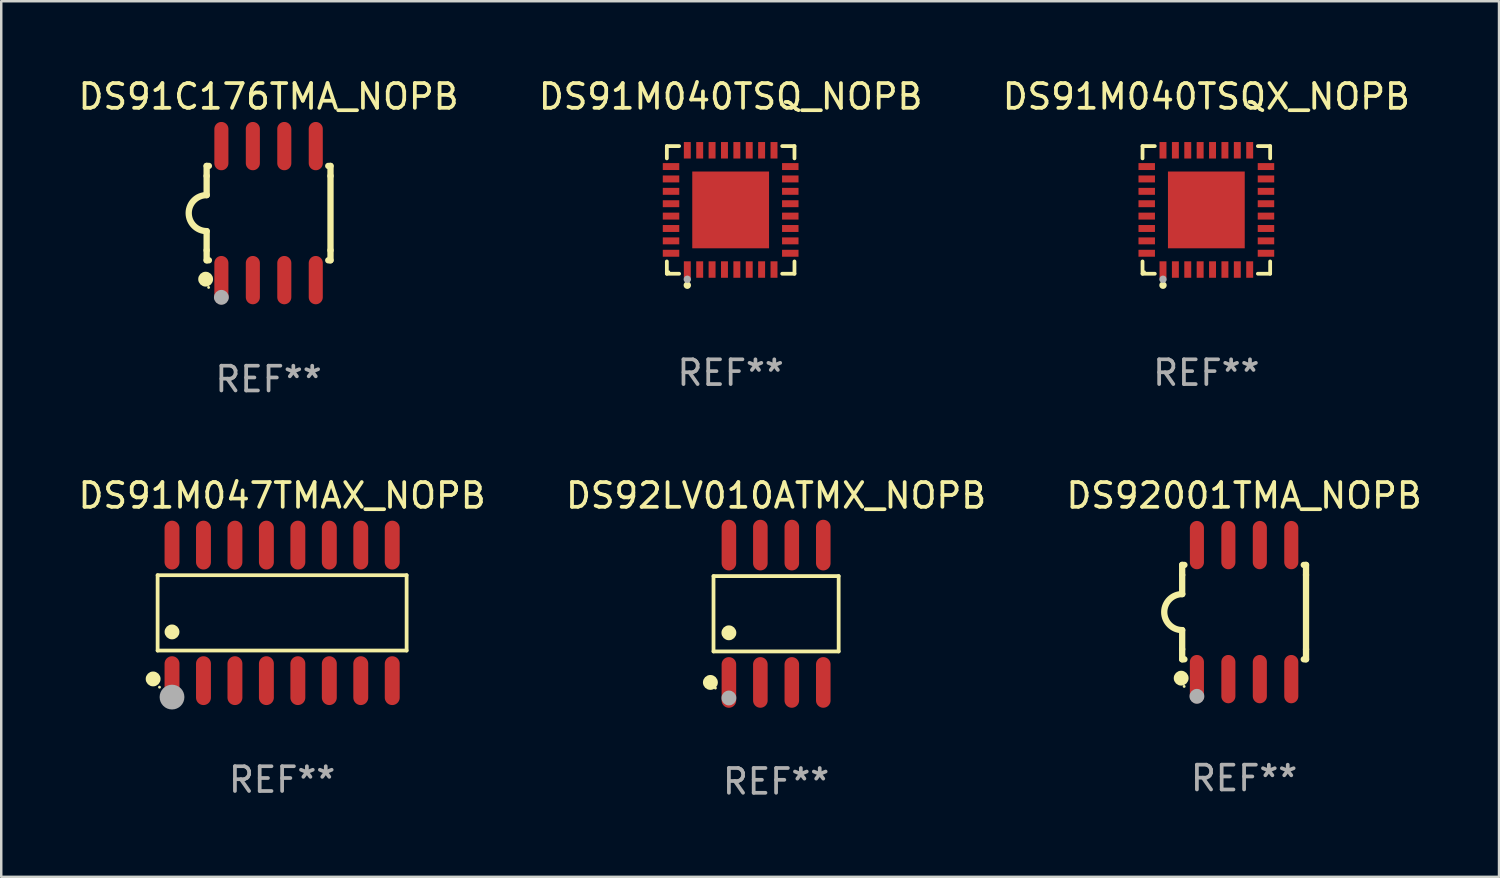
<source format=kicad_pcb>
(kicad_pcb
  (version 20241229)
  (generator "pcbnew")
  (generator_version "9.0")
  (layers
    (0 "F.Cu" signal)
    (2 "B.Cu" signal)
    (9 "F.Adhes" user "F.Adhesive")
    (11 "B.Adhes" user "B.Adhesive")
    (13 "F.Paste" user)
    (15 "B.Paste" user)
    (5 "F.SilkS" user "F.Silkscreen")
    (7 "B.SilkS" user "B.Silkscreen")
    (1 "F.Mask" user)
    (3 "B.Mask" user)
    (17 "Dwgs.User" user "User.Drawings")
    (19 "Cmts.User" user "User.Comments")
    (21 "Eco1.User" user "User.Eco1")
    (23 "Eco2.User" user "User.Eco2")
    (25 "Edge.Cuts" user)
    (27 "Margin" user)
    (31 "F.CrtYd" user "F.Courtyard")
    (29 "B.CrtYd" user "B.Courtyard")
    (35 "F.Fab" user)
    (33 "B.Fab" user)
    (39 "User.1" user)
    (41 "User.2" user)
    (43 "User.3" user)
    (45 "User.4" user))
  (footprint "DS92001TMA_NOPB"
    (layer "F.Cu")
    (at 47.173 21.66)
    (property "Reference" "DS92001TMA_NOPB" (at 0 -4.705 0) (layer "F.SilkS") (effects (font (size 1 1) (thickness 0.15))))
    (attr through_hole)
    (fp_line (start -2.5 -1.905) (end -2.409 -1.905) (stroke (width 0.254) (type solid)) (layer "F.SilkS"))
    (fp_line (start -2.5 -1.5) (end -2.5 -1.905) (stroke (width 0.254) (type solid)) (layer "F.SilkS"))
    (fp_line (start -2.5 -1.5) (end -2.5 -0.726) (stroke (width 0.254) (type solid)) (layer "F.SilkS"))
    (fp_line (start -2.5 1.5) (end -2.5 0.727) (stroke (width 0.254) (type solid)) (layer "F.SilkS"))
    (fp_line (start -2.5 1.5) (end -2.5 1.905) (stroke (width 0.254) (type solid)) (layer "F.SilkS"))
    (fp_line (start -2.5 1.905) (end -2.409 1.905) (stroke (width 0.254) (type solid)) (layer "F.SilkS"))
    (fp_line (start 2.5 -1.905) (end 2.409 -1.905) (stroke (width 0.254) (type solid)) (layer "F.SilkS"))
    (fp_line (start 2.5 -1.5) (end 2.5 -1.905) (stroke (width 0.254) (type solid)) (layer "F.SilkS"))
    (fp_line (start 2.5 -1.5) (end 2.5 1.5) (stroke (width 0.254) (type solid)) (layer "F.SilkS"))
    (fp_line (start 2.5 1.5) (end 2.5 1.905) (stroke (width 0.254) (type solid)) (layer "F.SilkS"))
    (fp_line (start 2.5 1.905) (end 2.409 1.905) (stroke (width 0.254) (type solid)) (layer "F.SilkS"))
    (fp_arc (start -2.5 0.726568) (mid -3.220316 -0.0023) (end -2.495097 -0.726289) (stroke (width 0.254001) (type solid)) (layer "F.SilkS"))
    (fp_circle (center -2.54 2.667) (end -2.39 2.667) (stroke (width 0.3) (type solid)) (fill no) (layer "F.SilkS"))
    (fp_circle (center -2.42 3) (end -2.39 3) (stroke (width 0.06) (type solid)) (fill no) (layer "F.SilkS"))
    (fp_circle (center -1.905 3.4) (end -1.755 3.4) (stroke (width 0.3) (type solid)) (fill no) (layer "F.Fab"))
    (fp_text user "REF**" (at 0 6.705 0) (layer "F.Fab") (effects (font (size 1 1) (thickness 0.15))))
    (pad "1" smd oval (at -1.905 2.705) (size 0.568 1.95) (layers "F.Cu" "F.Mask" "F.Paste"))
    (pad "2" smd oval (at -0.635 2.705) (size 0.568 1.95) (layers "F.Cu" "F.Mask" "F.Paste"))
    (pad "3" smd oval (at 0.635 2.705) (size 0.568 1.95) (layers "F.Cu" "F.Mask" "F.Paste"))
    (pad "4" smd oval (at 1.905 2.705) (size 0.568 1.95) (layers "F.Cu" "F.Mask" "F.Paste"))
    (pad "5" smd oval (at 1.905 -2.705) (size 0.568 1.95) (layers "F.Cu" "F.Mask" "F.Paste"))
    (pad "6" smd oval (at 0.635 -2.705) (size 0.568 1.95) (layers "F.Cu" "F.Mask" "F.Paste"))
    (pad "7" smd oval (at -0.635 -2.705) (size 0.568 1.95) (layers "F.Cu" "F.Mask" "F.Paste"))
    (pad "8" smd oval (at -1.905 -2.705) (size 0.568 1.95) (layers "F.Cu" "F.Mask" "F.Paste")))
  (footprint "DS91M040TSQX_NOPB"
    (layer "F.Cu")
    (at 45.649 5.424)
    (property "Reference" "DS91M040TSQX_NOPB" (at 0 -4.576 0) (layer "F.SilkS") (effects (font (size 1 1) (thickness 0.15))))
    (attr through_hole)
    (fp_line (start -2.576 -2.576) (end -2.08 -2.576) (stroke (width 0.152) (type solid)) (layer "F.SilkS"))
    (fp_line (start -2.576 -2.08) (end -2.576 -2.576) (stroke (width 0.152) (type solid)) (layer "F.SilkS"))
    (fp_line (start -2.576 2.08) (end -2.576 2.576) (stroke (width 0.152) (type solid)) (layer "F.SilkS"))
    (fp_line (start -2.576 2.576) (end -2.08 2.576) (stroke (width 0.152) (type solid)) (layer "F.SilkS"))
    (fp_line (start 2.576 -2.576) (end 2.08 -2.576) (stroke (width 0.152) (type solid)) (layer "F.SilkS"))
    (fp_line (start 2.576 -2.08) (end 2.576 -2.576) (stroke (width 0.152) (type solid)) (layer "F.SilkS"))
    (fp_line (start 2.576 2.08) (end 2.576 2.576) (stroke (width 0.152) (type solid)) (layer "F.SilkS"))
    (fp_line (start 2.576 2.576) (end 2.08 2.576) (stroke (width 0.152) (type solid)) (layer "F.SilkS"))
    (fp_circle (center -2.5 2.5) (end -2.47 2.5) (stroke (width 0.06) (type solid)) (fill no) (layer "F.SilkS"))
    (fp_circle (center -1.75 3.04) (end -1.675 3.04) (stroke (width 0.15) (type solid)) (fill no) (layer "F.SilkS"))
    (fp_circle (center -1.75 2.8) (end -1.675 2.8) (stroke (width 0.15) (type solid)) (fill no) (layer "F.Fab"))
    (fp_text user "REF**" (at 0 6.576 0) (layer "F.Fab") (effects (font (size 1 1) (thickness 0.15))))
    (pad "1" smd rect (at -1.75 2.407) (size 0.28 0.665) (layers "F.Cu" "F.Mask" "F.Paste"))
    (pad "2" smd rect (at -1.25 2.407) (size 0.28 0.665) (layers "F.Cu" "F.Mask" "F.Paste"))
    (pad "3" smd rect (at -0.75 2.407) (size 0.28 0.665) (layers "F.Cu" "F.Mask" "F.Paste"))
    (pad "4" smd rect (at -0.25 2.407) (size 0.28 0.665) (layers "F.Cu" "F.Mask" "F.Paste"))
    (pad "5" smd rect (at 0.25 2.407) (size 0.28 0.665) (layers "F.Cu" "F.Mask" "F.Paste"))
    (pad "6" smd rect (at 0.75 2.407) (size 0.28 0.665) (layers "F.Cu" "F.Mask" "F.Paste"))
    (pad "7" smd rect (at 1.25 2.407) (size 0.28 0.665) (layers "F.Cu" "F.Mask" "F.Paste"))
    (pad "8" smd rect (at 1.75 2.407) (size 0.28 0.665) (layers "F.Cu" "F.Mask" "F.Paste"))
    (pad "9" smd rect (at 2.407 1.75) (size 0.665 0.28) (layers "F.Cu" "F.Mask" "F.Paste"))
    (pad "10" smd rect (at 2.407 1.25) (size 0.665 0.28) (layers "F.Cu" "F.Mask" "F.Paste"))
    (pad "11" smd rect (at 2.407 0.75) (size 0.665 0.28) (layers "F.Cu" "F.Mask" "F.Paste"))
    (pad "12" smd rect (at 2.407 0.25) (size 0.665 0.28) (layers "F.Cu" "F.Mask" "F.Paste"))
    (pad "13" smd rect (at 2.407 -0.25) (size 0.665 0.28) (layers "F.Cu" "F.Mask" "F.Paste"))
    (pad "14" smd rect (at 2.407 -0.75) (size 0.665 0.28) (layers "F.Cu" "F.Mask" "F.Paste"))
    (pad "15" smd rect (at 2.407 -1.25) (size 0.665 0.28) (layers "F.Cu" "F.Mask" "F.Paste"))
    (pad "16" smd rect (at 2.407 -1.75) (size 0.665 0.28) (layers "F.Cu" "F.Mask" "F.Paste"))
    (pad "17" smd rect (at 1.75 -2.407) (size 0.28 0.665) (layers "F.Cu" "F.Mask" "F.Paste"))
    (pad "18" smd rect (at 1.25 -2.407) (size 0.28 0.665) (layers "F.Cu" "F.Mask" "F.Paste"))
    (pad "19" smd rect (at 0.75 -2.407) (size 0.28 0.665) (layers "F.Cu" "F.Mask" "F.Paste"))
    (pad "20" smd rect (at 0.25 -2.407) (size 0.28 0.665) (layers "F.Cu" "F.Mask" "F.Paste"))
    (pad "21" smd rect (at -0.25 -2.407) (size 0.28 0.665) (layers "F.Cu" "F.Mask" "F.Paste"))
    (pad "22" smd rect (at -0.75 -2.407) (size 0.28 0.665) (layers "F.Cu" "F.Mask" "F.Paste"))
    (pad "23" smd rect (at -1.25 -2.407) (size 0.28 0.665) (layers "F.Cu" "F.Mask" "F.Paste"))
    (pad "24" smd rect (at -1.75 -2.407) (size 0.28 0.665) (layers "F.Cu" "F.Mask" "F.Paste"))
    (pad "25" smd rect (at -2.407 -1.75) (size 0.665 0.28) (layers "F.Cu" "F.Mask" "F.Paste"))
    (pad "26" smd rect (at -2.407 -1.25) (size 0.665 0.28) (layers "F.Cu" "F.Mask" "F.Paste"))
    (pad "27" smd rect (at -2.407 -0.75) (size 0.665 0.28) (layers "F.Cu" "F.Mask" "F.Paste"))
    (pad "28" smd rect (at -2.407 -0.25) (size 0.665 0.28) (layers "F.Cu" "F.Mask" "F.Paste"))
    (pad "29" smd rect (at -2.407 0.25) (size 0.665 0.28) (layers "F.Cu" "F.Mask" "F.Paste"))
    (pad "30" smd rect (at -2.407 0.75) (size 0.665 0.28) (layers "F.Cu" "F.Mask" "F.Paste"))
    (pad "31" smd rect (at -2.407 1.25) (size 0.665 0.28) (layers "F.Cu" "F.Mask" "F.Paste"))
    (pad "32" smd rect (at -2.407 1.75) (size 0.665 0.28) (layers "F.Cu" "F.Mask" "F.Paste"))
    (pad "33" smd rect (at 0 0) (size 3.1 3.1) (layers "F.Cu" "F.Mask" "F.Paste")))
  (footprint "DS91C176TMA_NOPB"
    (layer "F.Cu")
    (at 7.792 5.553)
    (property "Reference" "DS91C176TMA_NOPB" (at 0 -4.705 0) (layer "F.SilkS") (effects (font (size 1 1) (thickness 0.15))))
    (attr through_hole)
    (fp_line (start -2.5 -1.905) (end -2.409 -1.905) (stroke (width 0.254) (type solid)) (layer "F.SilkS"))
    (fp_line (start -2.5 -1.5) (end -2.5 -1.905) (stroke (width 0.254) (type solid)) (layer "F.SilkS"))
    (fp_line (start -2.5 -1.5) (end -2.5 -0.726) (stroke (width 0.254) (type solid)) (layer "F.SilkS"))
    (fp_line (start -2.5 1.5) (end -2.5 0.727) (stroke (width 0.254) (type solid)) (layer "F.SilkS"))
    (fp_line (start -2.5 1.5) (end -2.5 1.905) (stroke (width 0.254) (type solid)) (layer "F.SilkS"))
    (fp_line (start -2.5 1.905) (end -2.409 1.905) (stroke (width 0.254) (type solid)) (layer "F.SilkS"))
    (fp_line (start 2.5 -1.905) (end 2.409 -1.905) (stroke (width 0.254) (type solid)) (layer "F.SilkS"))
    (fp_line (start 2.5 -1.5) (end 2.5 -1.905) (stroke (width 0.254) (type solid)) (layer "F.SilkS"))
    (fp_line (start 2.5 -1.5) (end 2.5 1.5) (stroke (width 0.254) (type solid)) (layer "F.SilkS"))
    (fp_line (start 2.5 1.5) (end 2.5 1.905) (stroke (width 0.254) (type solid)) (layer "F.SilkS"))
    (fp_line (start 2.5 1.905) (end 2.409 1.905) (stroke (width 0.254) (type solid)) (layer "F.SilkS"))
    (fp_arc (start -2.5 0.726568) (mid -3.220316 -0.0023) (end -2.495097 -0.726289) (stroke (width 0.254001) (type solid)) (layer "F.SilkS"))
    (fp_circle (center -2.54 2.667) (end -2.39 2.667) (stroke (width 0.3) (type solid)) (fill no) (layer "F.SilkS"))
    (fp_circle (center -2.42 3) (end -2.39 3) (stroke (width 0.06) (type solid)) (fill no) (layer "F.SilkS"))
    (fp_circle (center -1.905 3.4) (end -1.755 3.4) (stroke (width 0.3) (type solid)) (fill no) (layer "F.Fab"))
    (fp_text user "REF**" (at 0 6.705 0) (layer "F.Fab") (effects (font (size 1 1) (thickness 0.15))))
    (pad "1" smd oval (at -1.905 2.705) (size 0.568 1.95) (layers "F.Cu" "F.Mask" "F.Paste"))
    (pad "2" smd oval (at -0.635 2.705) (size 0.568 1.95) (layers "F.Cu" "F.Mask" "F.Paste"))
    (pad "3" smd oval (at 0.635 2.705) (size 0.568 1.95) (layers "F.Cu" "F.Mask" "F.Paste"))
    (pad "4" smd oval (at 1.905 2.705) (size 0.568 1.95) (layers "F.Cu" "F.Mask" "F.Paste"))
    (pad "5" smd oval (at 1.905 -2.705) (size 0.568 1.95) (layers "F.Cu" "F.Mask" "F.Paste"))
    (pad "6" smd oval (at 0.635 -2.705) (size 0.568 1.95) (layers "F.Cu" "F.Mask" "F.Paste"))
    (pad "7" smd oval (at -0.635 -2.705) (size 0.568 1.95) (layers "F.Cu" "F.Mask" "F.Paste"))
    (pad "8" smd oval (at -1.905 -2.705) (size 0.568 1.95) (layers "F.Cu" "F.Mask" "F.Paste")))
  (footprint "DS92LV010ATMX_NOPB"
    (layer "F.Cu")
    (at 28.28 21.727)
    (property "Reference" "DS92LV010ATMX_NOPB" (at 0 -4.772 0) (layer "F.SilkS") (effects (font (size 1 1) (thickness 0.15))))
    (attr through_hole)
    (fp_line (start -2.526 -1.521) (end 2.526 -1.521) (stroke (width 0.152) (type solid)) (layer "F.SilkS"))
    (fp_line (start -2.526 1.521) (end -2.526 -1.521) (stroke (width 0.152) (type solid)) (layer "F.SilkS"))
    (fp_line (start 2.526 -1.521) (end 2.526 1.521) (stroke (width 0.152) (type solid)) (layer "F.SilkS"))
    (fp_line (start 2.526 1.521) (end -2.526 1.521) (stroke (width 0.152) (type solid)) (layer "F.SilkS"))
    (fp_circle (center -2.652 2.772) (end -2.501 2.772) (stroke (width 0.3) (type solid)) (fill no) (layer "F.SilkS"))
    (fp_circle (center -2.45 3) (end -2.42 3) (stroke (width 0.06) (type solid)) (fill no) (layer "F.SilkS"))
    (fp_circle (center -1.905 0.769) (end -1.755 0.769) (stroke (width 0.3) (type solid)) (fill no) (layer "F.SilkS"))
    (fp_circle (center -1.905 3.4) (end -1.755 3.4) (stroke (width 0.3) (type solid)) (fill no) (layer "F.Fab"))
    (fp_text user "REF**" (at 0 6.772 0) (layer "F.Fab") (effects (font (size 1 1) (thickness 0.15))))
    (pad "1" smd oval (at -1.905 2.772) (size 0.588 2.045) (layers "F.Cu" "F.Mask" "F.Paste"))
    (pad "2" smd oval (at -0.635 2.772) (size 0.588 2.045) (layers "F.Cu" "F.Mask" "F.Paste"))
    (pad "3" smd oval (at 0.635 2.772) (size 0.588 2.045) (layers "F.Cu" "F.Mask" "F.Paste"))
    (pad "4" smd oval (at 1.905 2.772) (size 0.588 2.045) (layers "F.Cu" "F.Mask" "F.Paste"))
    (pad "5" smd oval (at 1.905 -2.772) (size 0.588 2.045) (layers "F.Cu" "F.Mask" "F.Paste"))
    (pad "6" smd oval (at 0.635 -2.772) (size 0.588 2.045) (layers "F.Cu" "F.Mask" "F.Paste"))
    (pad "7" smd oval (at -0.635 -2.772) (size 0.588 2.045) (layers "F.Cu" "F.Mask" "F.Paste"))
    (pad "8" smd oval (at -1.905 -2.772) (size 0.588 2.045) (layers "F.Cu" "F.Mask" "F.Paste")))
  (footprint "DS91M047TMAX_NOPB"
    (layer "F.Cu")
    (at 8.339 21.691)
    (property "Reference" "DS91M047TMAX_NOPB" (at 0 -4.736 0) (layer "F.SilkS") (effects (font (size 1 1) (thickness 0.15))))
    (attr through_hole)
    (fp_line (start -5.026 -1.521) (end 5.026 -1.521) (stroke (width 0.152) (type solid)) (layer "F.SilkS"))
    (fp_line (start -5.026 1.521) (end -5.026 -1.521) (stroke (width 0.152) (type solid)) (layer "F.SilkS"))
    (fp_line (start 5.026 -1.521) (end 5.026 1.521) (stroke (width 0.152) (type solid)) (layer "F.SilkS"))
    (fp_line (start 5.026 1.521) (end -5.026 1.521) (stroke (width 0.152) (type solid)) (layer "F.SilkS"))
    (fp_circle (center -5.207 2.667) (end -5.057 2.667) (stroke (width 0.3) (type solid)) (fill no) (layer "F.SilkS"))
    (fp_circle (center -4.95 3) (end -4.92 3) (stroke (width 0.06) (type solid)) (fill no) (layer "F.SilkS"))
    (fp_circle (center -4.445 0.769) (end -4.295 0.769) (stroke (width 0.3) (type solid)) (fill no) (layer "F.SilkS"))
    (fp_circle (center -4.445 3.4) (end -4.195 3.4) (stroke (width 0.5) (type solid)) (fill no) (layer "F.Fab"))
    (fp_text user "REF**" (at 0 6.736 0) (layer "F.Fab") (effects (font (size 1 1) (thickness 0.15))))
    (pad "1" smd oval (at -4.445 2.736) (size 0.602 1.971) (layers "F.Cu" "F.Mask" "F.Paste"))
    (pad "2" smd oval (at -3.175 2.736) (size 0.602 1.971) (layers "F.Cu" "F.Mask" "F.Paste"))
    (pad "3" smd oval (at -1.905 2.736) (size 0.602 1.971) (layers "F.Cu" "F.Mask" "F.Paste"))
    (pad "4" smd oval (at -0.635 2.736) (size 0.602 1.971) (layers "F.Cu" "F.Mask" "F.Paste"))
    (pad "5" smd oval (at 0.635 2.736) (size 0.602 1.971) (layers "F.Cu" "F.Mask" "F.Paste"))
    (pad "6" smd oval (at 1.905 2.736) (size 0.602 1.971) (layers "F.Cu" "F.Mask" "F.Paste"))
    (pad "7" smd oval (at 3.175 2.736) (size 0.602 1.971) (layers "F.Cu" "F.Mask" "F.Paste"))
    (pad "8" smd oval (at 4.445 2.736) (size 0.602 1.971) (layers "F.Cu" "F.Mask" "F.Paste"))
    (pad "9" smd oval (at 4.445 -2.736) (size 0.602 1.971) (layers "F.Cu" "F.Mask" "F.Paste"))
    (pad "10" smd oval (at 3.175 -2.736) (size 0.602 1.971) (layers "F.Cu" "F.Mask" "F.Paste"))
    (pad "11" smd oval (at 1.905 -2.736) (size 0.602 1.971) (layers "F.Cu" "F.Mask" "F.Paste"))
    (pad "12" smd oval (at 0.635 -2.736) (size 0.602 1.971) (layers "F.Cu" "F.Mask" "F.Paste"))
    (pad "13" smd oval (at -0.635 -2.736) (size 0.602 1.971) (layers "F.Cu" "F.Mask" "F.Paste"))
    (pad "14" smd oval (at -1.905 -2.736) (size 0.602 1.971) (layers "F.Cu" "F.Mask" "F.Paste"))
    (pad "15" smd oval (at -3.175 -2.736) (size 0.602 1.971) (layers "F.Cu" "F.Mask" "F.Paste"))
    (pad "16" smd oval (at -4.445 -2.736) (size 0.602 1.971) (layers "F.Cu" "F.Mask" "F.Paste")))
  (footprint "DS91M040TSQ_NOPB"
    (layer "F.Cu")
    (at 26.446 5.424)
    (property "Reference" "DS91M040TSQ_NOPB" (at 0 -4.576 0) (layer "F.SilkS") (effects (font (size 1 1) (thickness 0.15))))
    (attr through_hole)
    (fp_line (start -2.576 -2.576) (end -2.08 -2.576) (stroke (width 0.152) (type solid)) (layer "F.SilkS"))
    (fp_line (start -2.576 -2.08) (end -2.576 -2.576) (stroke (width 0.152) (type solid)) (layer "F.SilkS"))
    (fp_line (start -2.576 2.08) (end -2.576 2.576) (stroke (width 0.152) (type solid)) (layer "F.SilkS"))
    (fp_line (start -2.576 2.576) (end -2.08 2.576) (stroke (width 0.152) (type solid)) (layer "F.SilkS"))
    (fp_line (start 2.576 -2.576) (end 2.08 -2.576) (stroke (width 0.152) (type solid)) (layer "F.SilkS"))
    (fp_line (start 2.576 -2.08) (end 2.576 -2.576) (stroke (width 0.152) (type solid)) (layer "F.SilkS"))
    (fp_line (start 2.576 2.08) (end 2.576 2.576) (stroke (width 0.152) (type solid)) (layer "F.SilkS"))
    (fp_line (start 2.576 2.576) (end 2.08 2.576) (stroke (width 0.152) (type solid)) (layer "F.SilkS"))
    (fp_circle (center -2.5 2.5) (end -2.47 2.5) (stroke (width 0.06) (type solid)) (fill no) (layer "F.SilkS"))
    (fp_circle (center -1.75 3.04) (end -1.675 3.04) (stroke (width 0.15) (type solid)) (fill no) (layer "F.SilkS"))
    (fp_circle (center -1.75 2.8) (end -1.675 2.8) (stroke (width 0.15) (type solid)) (fill no) (layer "F.Fab"))
    (fp_text user "REF**" (at 0 6.576 0) (layer "F.Fab") (effects (font (size 1 1) (thickness 0.15))))
    (pad "1" smd rect (at -1.75 2.407) (size 0.28 0.665) (layers "F.Cu" "F.Mask" "F.Paste"))
    (pad "2" smd rect (at -1.25 2.407) (size 0.28 0.665) (layers "F.Cu" "F.Mask" "F.Paste"))
    (pad "3" smd rect (at -0.75 2.407) (size 0.28 0.665) (layers "F.Cu" "F.Mask" "F.Paste"))
    (pad "4" smd rect (at -0.25 2.407) (size 0.28 0.665) (layers "F.Cu" "F.Mask" "F.Paste"))
    (pad "5" smd rect (at 0.25 2.407) (size 0.28 0.665) (layers "F.Cu" "F.Mask" "F.Paste"))
    (pad "6" smd rect (at 0.75 2.407) (size 0.28 0.665) (layers "F.Cu" "F.Mask" "F.Paste"))
    (pad "7" smd rect (at 1.25 2.407) (size 0.28 0.665) (layers "F.Cu" "F.Mask" "F.Paste"))
    (pad "8" smd rect (at 1.75 2.407) (size 0.28 0.665) (layers "F.Cu" "F.Mask" "F.Paste"))
    (pad "9" smd rect (at 2.407 1.75) (size 0.665 0.28) (layers "F.Cu" "F.Mask" "F.Paste"))
    (pad "10" smd rect (at 2.407 1.25) (size 0.665 0.28) (layers "F.Cu" "F.Mask" "F.Paste"))
    (pad "11" smd rect (at 2.407 0.75) (size 0.665 0.28) (layers "F.Cu" "F.Mask" "F.Paste"))
    (pad "12" smd rect (at 2.407 0.25) (size 0.665 0.28) (layers "F.Cu" "F.Mask" "F.Paste"))
    (pad "13" smd rect (at 2.407 -0.25) (size 0.665 0.28) (layers "F.Cu" "F.Mask" "F.Paste"))
    (pad "14" smd rect (at 2.407 -0.75) (size 0.665 0.28) (layers "F.Cu" "F.Mask" "F.Paste"))
    (pad "15" smd rect (at 2.407 -1.25) (size 0.665 0.28) (layers "F.Cu" "F.Mask" "F.Paste"))
    (pad "16" smd rect (at 2.407 -1.75) (size 0.665 0.28) (layers "F.Cu" "F.Mask" "F.Paste"))
    (pad "17" smd rect (at 1.75 -2.407) (size 0.28 0.665) (layers "F.Cu" "F.Mask" "F.Paste"))
    (pad "18" smd rect (at 1.25 -2.407) (size 0.28 0.665) (layers "F.Cu" "F.Mask" "F.Paste"))
    (pad "19" smd rect (at 0.75 -2.407) (size 0.28 0.665) (layers "F.Cu" "F.Mask" "F.Paste"))
    (pad "20" smd rect (at 0.25 -2.407) (size 0.28 0.665) (layers "F.Cu" "F.Mask" "F.Paste"))
    (pad "21" smd rect (at -0.25 -2.407) (size 0.28 0.665) (layers "F.Cu" "F.Mask" "F.Paste"))
    (pad "22" smd rect (at -0.75 -2.407) (size 0.28 0.665) (layers "F.Cu" "F.Mask" "F.Paste"))
    (pad "23" smd rect (at -1.25 -2.407) (size 0.28 0.665) (layers "F.Cu" "F.Mask" "F.Paste"))
    (pad "24" smd rect (at -1.75 -2.407) (size 0.28 0.665) (layers "F.Cu" "F.Mask" "F.Paste"))
    (pad "25" smd rect (at -2.407 -1.75) (size 0.665 0.28) (layers "F.Cu" "F.Mask" "F.Paste"))
    (pad "26" smd rect (at -2.407 -1.25) (size 0.665 0.28) (layers "F.Cu" "F.Mask" "F.Paste"))
    (pad "27" smd rect (at -2.407 -0.75) (size 0.665 0.28) (layers "F.Cu" "F.Mask" "F.Paste"))
    (pad "28" smd rect (at -2.407 -0.25) (size 0.665 0.28) (layers "F.Cu" "F.Mask" "F.Paste"))
    (pad "29" smd rect (at -2.407 0.25) (size 0.665 0.28) (layers "F.Cu" "F.Mask" "F.Paste"))
    (pad "30" smd rect (at -2.407 0.75) (size 0.665 0.28) (layers "F.Cu" "F.Mask" "F.Paste"))
    (pad "31" smd rect (at -2.407 1.25) (size 0.665 0.28) (layers "F.Cu" "F.Mask" "F.Paste"))
    (pad "32" smd rect (at -2.407 1.75) (size 0.665 0.28) (layers "F.Cu" "F.Mask" "F.Paste"))
    (pad "33" smd rect (at 0 0) (size 3.1 3.1) (layers "F.Cu" "F.Mask" "F.Paste")))
  (gr_rect
    (start -3 -3)
    (end 57.464 32.348)
    (stroke (width 0.1) (type default))
    (fill no)
    (layer "Edge.Cuts")))
</source>
